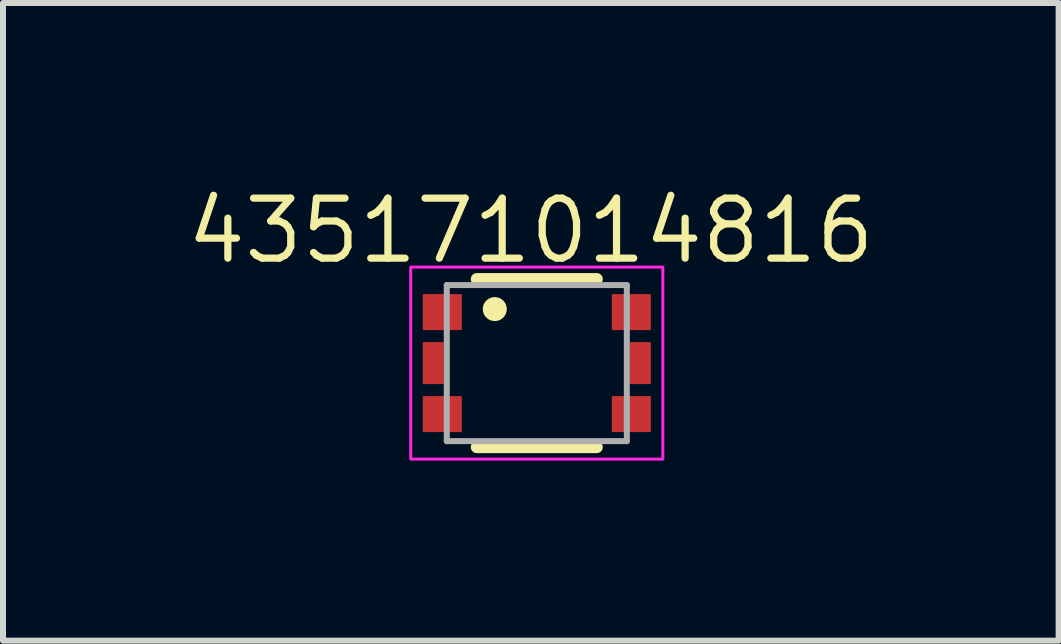
<source format=kicad_pcb>
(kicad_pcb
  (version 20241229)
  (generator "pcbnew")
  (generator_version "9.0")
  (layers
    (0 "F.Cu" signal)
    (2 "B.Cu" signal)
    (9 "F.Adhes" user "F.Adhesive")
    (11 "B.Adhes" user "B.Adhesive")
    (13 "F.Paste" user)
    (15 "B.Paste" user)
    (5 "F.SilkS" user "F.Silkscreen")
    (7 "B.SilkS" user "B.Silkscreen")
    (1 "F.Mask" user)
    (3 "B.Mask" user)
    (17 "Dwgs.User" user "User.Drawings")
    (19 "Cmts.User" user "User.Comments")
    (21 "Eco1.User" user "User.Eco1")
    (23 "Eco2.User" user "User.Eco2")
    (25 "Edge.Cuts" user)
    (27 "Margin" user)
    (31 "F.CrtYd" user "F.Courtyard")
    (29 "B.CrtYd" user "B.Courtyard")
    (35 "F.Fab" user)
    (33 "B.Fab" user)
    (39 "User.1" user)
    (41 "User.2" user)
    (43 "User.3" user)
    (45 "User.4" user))
  (footprint "435171014816"
    (layer "F.Cu")
    (at 5.894 3)
    (property "Reference" "435171014816" (at -0.1 -2.205 0) (layer "F.SilkS") (effects (font (size 1 1) (thickness 0.12))))
    (attr smd)
    (fp_line (start -1 -1.4) (end 1 -1.4) (stroke (width 0.2) (type solid)) (layer "F.SilkS"))
    (fp_line (start -1 1.4) (end 1 1.4) (stroke (width 0.2) (type solid)) (layer "F.SilkS"))
    (fp_circle (center -0.7 -0.9) (end -0.6 -0.9) (stroke (width 0.2) (type solid)) (fill no) (layer "F.SilkS"))
    (fp_poly (pts (xy -2.1 -1.6) (xy 2.1 -1.6) (xy 2.1 1.6) (xy -2.1 1.6)) (stroke (width 0.05) (type solid)) (fill no) (layer "F.CrtYd"))
    (fp_line (start -1.5 -1.3) (end 1.5 -1.3) (stroke (width 0.1) (type solid)) (layer "F.Fab"))
    (fp_line (start -1.5 1.3) (end -1.5 -1.3) (stroke (width 0.1) (type solid)) (layer "F.Fab"))
    (fp_line (start 1.5 -1.3) (end 1.5 1.3) (stroke (width 0.1) (type solid)) (layer "F.Fab"))
    (fp_line (start 1.5 1.3) (end -1.5 1.3) (stroke (width 0.1) (type solid)) (layer "F.Fab"))
    (pad "1" smd rect (at -1.575 -0.85) (size 0.65 0.6) (layers "F.Cu" "F.Mask" "F.Paste"))
    (pad "2" smd rect (at 1.575 -0.85) (size 0.65 0.6) (layers "F.Cu" "F.Mask" "F.Paste"))
    (pad "3" smd rect (at -1.575 0.85) (size 0.65 0.6) (layers "F.Cu" "F.Mask" "F.Paste"))
    (pad "4" smd rect (at 1.575 0.85) (size 0.65 0.6) (layers "F.Cu" "F.Mask" "F.Paste"))
    (pad "5" smd rect (at -1.725 0) (size 0.35 0.7) (layers "F.Cu" "F.Mask" "F.Paste"))
    (pad "6" smd rect (at 1.725 0) (size 0.35 0.7) (layers "F.Cu" "F.Mask" "F.Paste")))
  (gr_rect
    (start -3 -3)
    (end 14.589 7.625)
    (stroke (width 0.1) (type default))
    (fill no)
    (layer "Edge.Cuts")))
</source>
